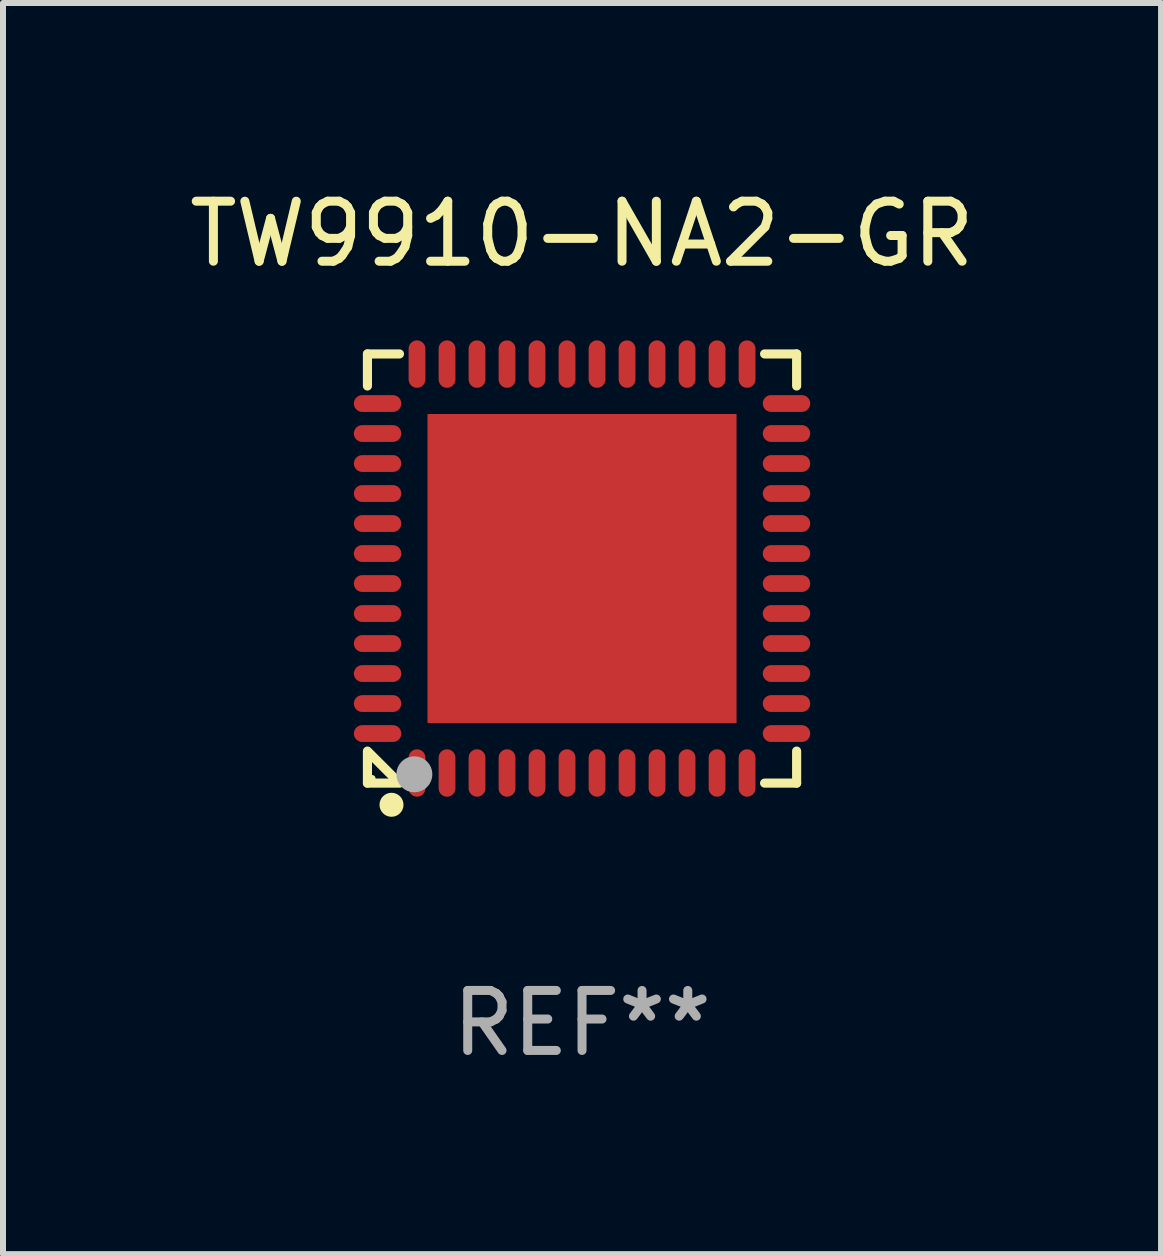
<source format=kicad_pcb>
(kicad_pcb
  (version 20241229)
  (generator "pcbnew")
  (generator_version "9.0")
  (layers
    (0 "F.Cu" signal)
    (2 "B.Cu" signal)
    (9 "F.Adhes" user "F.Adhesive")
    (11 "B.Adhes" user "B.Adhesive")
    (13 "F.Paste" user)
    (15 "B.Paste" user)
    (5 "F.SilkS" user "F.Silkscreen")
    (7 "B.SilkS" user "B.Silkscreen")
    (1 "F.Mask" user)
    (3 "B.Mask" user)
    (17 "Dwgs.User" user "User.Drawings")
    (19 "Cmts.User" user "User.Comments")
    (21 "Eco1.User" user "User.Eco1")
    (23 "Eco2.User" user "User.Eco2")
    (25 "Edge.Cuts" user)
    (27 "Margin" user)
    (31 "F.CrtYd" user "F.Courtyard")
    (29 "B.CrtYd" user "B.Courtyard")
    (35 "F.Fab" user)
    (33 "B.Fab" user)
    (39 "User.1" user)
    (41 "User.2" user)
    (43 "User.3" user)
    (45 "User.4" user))
  (footprint "TW9910-NA2-GR"
    (layer "F.Cu")
    (at 6.649 6.424)
    (property "Reference" "TW9910-NA2-GR" (at 0 -5.576 0) (layer "F.SilkS") (effects (font (size 1 1) (thickness 0.15))))
    (attr through_hole)
    (fp_line (start -3.576 -3.576) (end -3.576 -3.042) (stroke (width 0.152) (type solid)) (layer "F.SilkS"))
    (fp_line (start -3.576 3.576) (end -3.576 3.042) (stroke (width 0.152) (type solid)) (layer "F.SilkS"))
    (fp_line (start -3.069 3.549) (end -3.549 3.069) (stroke (width 0.152) (type solid)) (layer "F.SilkS"))
    (fp_line (start -3.042 -3.576) (end -3.576 -3.576) (stroke (width 0.152) (type solid)) (layer "F.SilkS"))
    (fp_line (start -3.042 3.576) (end -3.576 3.576) (stroke (width 0.152) (type solid)) (layer "F.SilkS"))
    (fp_line (start 3.042 -3.576) (end 3.576 -3.576) (stroke (width 0.152) (type solid)) (layer "F.SilkS"))
    (fp_line (start 3.042 3.576) (end 3.576 3.576) (stroke (width 0.152) (type solid)) (layer "F.SilkS"))
    (fp_line (start 3.576 -3.576) (end 3.576 -3.042) (stroke (width 0.152) (type solid)) (layer "F.SilkS"))
    (fp_line (start 3.576 3.576) (end 3.576 3.042) (stroke (width 0.152) (type solid)) (layer "F.SilkS"))
    (fp_circle (center -3.5 3.5) (end -3.47 3.5) (stroke (width 0.06) (type solid)) (fill no) (layer "F.SilkS"))
    (fp_circle (center -3.175 3.937) (end -3.075 3.937) (stroke (width 0.2) (type solid)) (fill no) (layer "F.SilkS"))
    (fp_circle (center -2.794 3.429) (end -2.644 3.429) (stroke (width 0.3) (type solid)) (fill no) (layer "F.Fab"))
    (fp_text user "REF**" (at 0 7.576 0) (layer "F.Fab") (effects (font (size 1 1) (thickness 0.15))))
    (pad "1" smd oval (at -2.75 3.407) (size 0.28 0.79) (layers "F.Cu" "F.Mask" "F.Paste"))
    (pad "2" smd oval (at -2.25 3.407) (size 0.28 0.79) (layers "F.Cu" "F.Mask" "F.Paste"))
    (pad "3" smd oval (at -1.75 3.407) (size 0.28 0.79) (layers "F.Cu" "F.Mask" "F.Paste"))
    (pad "4" smd oval (at -1.25 3.407) (size 0.28 0.79) (layers "F.Cu" "F.Mask" "F.Paste"))
    (pad "5" smd oval (at -0.75 3.407) (size 0.28 0.79) (layers "F.Cu" "F.Mask" "F.Paste"))
    (pad "6" smd oval (at -0.25 3.407) (size 0.28 0.79) (layers "F.Cu" "F.Mask" "F.Paste"))
    (pad "7" smd oval (at 0.25 3.407) (size 0.28 0.79) (layers "F.Cu" "F.Mask" "F.Paste"))
    (pad "8" smd oval (at 0.75 3.407) (size 0.28 0.79) (layers "F.Cu" "F.Mask" "F.Paste"))
    (pad "9" smd oval (at 1.25 3.407) (size 0.28 0.79) (layers "F.Cu" "F.Mask" "F.Paste"))
    (pad "10" smd oval (at 1.75 3.407) (size 0.28 0.79) (layers "F.Cu" "F.Mask" "F.Paste"))
    (pad "11" smd oval (at 2.25 3.407) (size 0.28 0.79) (layers "F.Cu" "F.Mask" "F.Paste"))
    (pad "12" smd oval (at 2.75 3.407) (size 0.28 0.79) (layers "F.Cu" "F.Mask" "F.Paste"))
    (pad "13" smd oval (at 3.407 2.75) (size 0.79 0.28) (layers "F.Cu" "F.Mask" "F.Paste"))
    (pad "14" smd oval (at 3.407 2.25) (size 0.79 0.28) (layers "F.Cu" "F.Mask" "F.Paste"))
    (pad "15" smd oval (at 3.407 1.75) (size 0.79 0.28) (layers "F.Cu" "F.Mask" "F.Paste"))
    (pad "16" smd oval (at 3.407 1.25) (size 0.79 0.28) (layers "F.Cu" "F.Mask" "F.Paste"))
    (pad "17" smd oval (at 3.407 0.75) (size 0.79 0.28) (layers "F.Cu" "F.Mask" "F.Paste"))
    (pad "18" smd oval (at 3.407 0.25) (size 0.79 0.28) (layers "F.Cu" "F.Mask" "F.Paste"))
    (pad "19" smd oval (at 3.407 -0.25) (size 0.79 0.28) (layers "F.Cu" "F.Mask" "F.Paste"))
    (pad "20" smd oval (at 3.407 -0.75) (size 0.79 0.28) (layers "F.Cu" "F.Mask" "F.Paste"))
    (pad "21" smd oval (at 3.407 -1.25) (size 0.79 0.28) (layers "F.Cu" "F.Mask" "F.Paste"))
    (pad "22" smd oval (at 3.407 -1.75) (size 0.79 0.28) (layers "F.Cu" "F.Mask" "F.Paste"))
    (pad "23" smd oval (at 3.407 -2.25) (size 0.79 0.28) (layers "F.Cu" "F.Mask" "F.Paste"))
    (pad "24" smd oval (at 3.407 -2.75) (size 0.79 0.28) (layers "F.Cu" "F.Mask" "F.Paste"))
    (pad "25" smd oval (at 2.75 -3.407) (size 0.28 0.79) (layers "F.Cu" "F.Mask" "F.Paste"))
    (pad "26" smd oval (at 2.25 -3.407) (size 0.28 0.79) (layers "F.Cu" "F.Mask" "F.Paste"))
    (pad "27" smd oval (at 1.75 -3.407) (size 0.28 0.79) (layers "F.Cu" "F.Mask" "F.Paste"))
    (pad "28" smd oval (at 1.25 -3.407) (size 0.28 0.79) (layers "F.Cu" "F.Mask" "F.Paste"))
    (pad "29" smd oval (at 0.75 -3.407) (size 0.28 0.79) (layers "F.Cu" "F.Mask" "F.Paste"))
    (pad "30" smd oval (at 0.25 -3.407) (size 0.28 0.79) (layers "F.Cu" "F.Mask" "F.Paste"))
    (pad "31" smd oval (at -0.25 -3.407) (size 0.28 0.79) (layers "F.Cu" "F.Mask" "F.Paste"))
    (pad "32" smd oval (at -0.75 -3.407) (size 0.28 0.79) (layers "F.Cu" "F.Mask" "F.Paste"))
    (pad "33" smd oval (at -1.25 -3.407) (size 0.28 0.79) (layers "F.Cu" "F.Mask" "F.Paste"))
    (pad "34" smd oval (at -1.75 -3.407) (size 0.28 0.79) (layers "F.Cu" "F.Mask" "F.Paste"))
    (pad "35" smd oval (at -2.25 -3.407) (size 0.28 0.79) (layers "F.Cu" "F.Mask" "F.Paste"))
    (pad "36" smd oval (at -2.75 -3.407) (size 0.28 0.79) (layers "F.Cu" "F.Mask" "F.Paste"))
    (pad "37" smd oval (at -3.407 -2.75) (size 0.79 0.28) (layers "F.Cu" "F.Mask" "F.Paste"))
    (pad "38" smd oval (at -3.407 -2.25) (size 0.79 0.28) (layers "F.Cu" "F.Mask" "F.Paste"))
    (pad "39" smd oval (at -3.407 -1.75) (size 0.79 0.28) (layers "F.Cu" "F.Mask" "F.Paste"))
    (pad "40" smd oval (at -3.407 -1.25) (size 0.79 0.28) (layers "F.Cu" "F.Mask" "F.Paste"))
    (pad "41" smd oval (at -3.407 -0.75) (size 0.79 0.28) (layers "F.Cu" "F.Mask" "F.Paste"))
    (pad "42" smd oval (at -3.407 -0.25) (size 0.79 0.28) (layers "F.Cu" "F.Mask" "F.Paste"))
    (pad "43" smd oval (at -3.407 0.25) (size 0.79 0.28) (layers "F.Cu" "F.Mask" "F.Paste"))
    (pad "44" smd oval (at -3.407 0.75) (size 0.79 0.28) (layers "F.Cu" "F.Mask" "F.Paste"))
    (pad "45" smd oval (at -3.407 1.25) (size 0.79 0.28) (layers "F.Cu" "F.Mask" "F.Paste"))
    (pad "46" smd oval (at -3.407 1.75) (size 0.79 0.28) (layers "F.Cu" "F.Mask" "F.Paste"))
    (pad "47" smd oval (at -3.407 2.25) (size 0.79 0.28) (layers "F.Cu" "F.Mask" "F.Paste"))
    (pad "48" smd oval (at -3.407 2.75) (size 0.79 0.28) (layers "F.Cu" "F.Mask" "F.Paste"))
    (pad "49" smd rect (at 0 0) (size 5.15 5.15) (layers "F.Cu" "F.Mask" "F.Paste")))
  (gr_rect
    (start -3 -3)
    (end 16.298 17.849)
    (stroke (width 0.1) (type default))
    (fill no)
    (layer "Edge.Cuts")))
</source>
